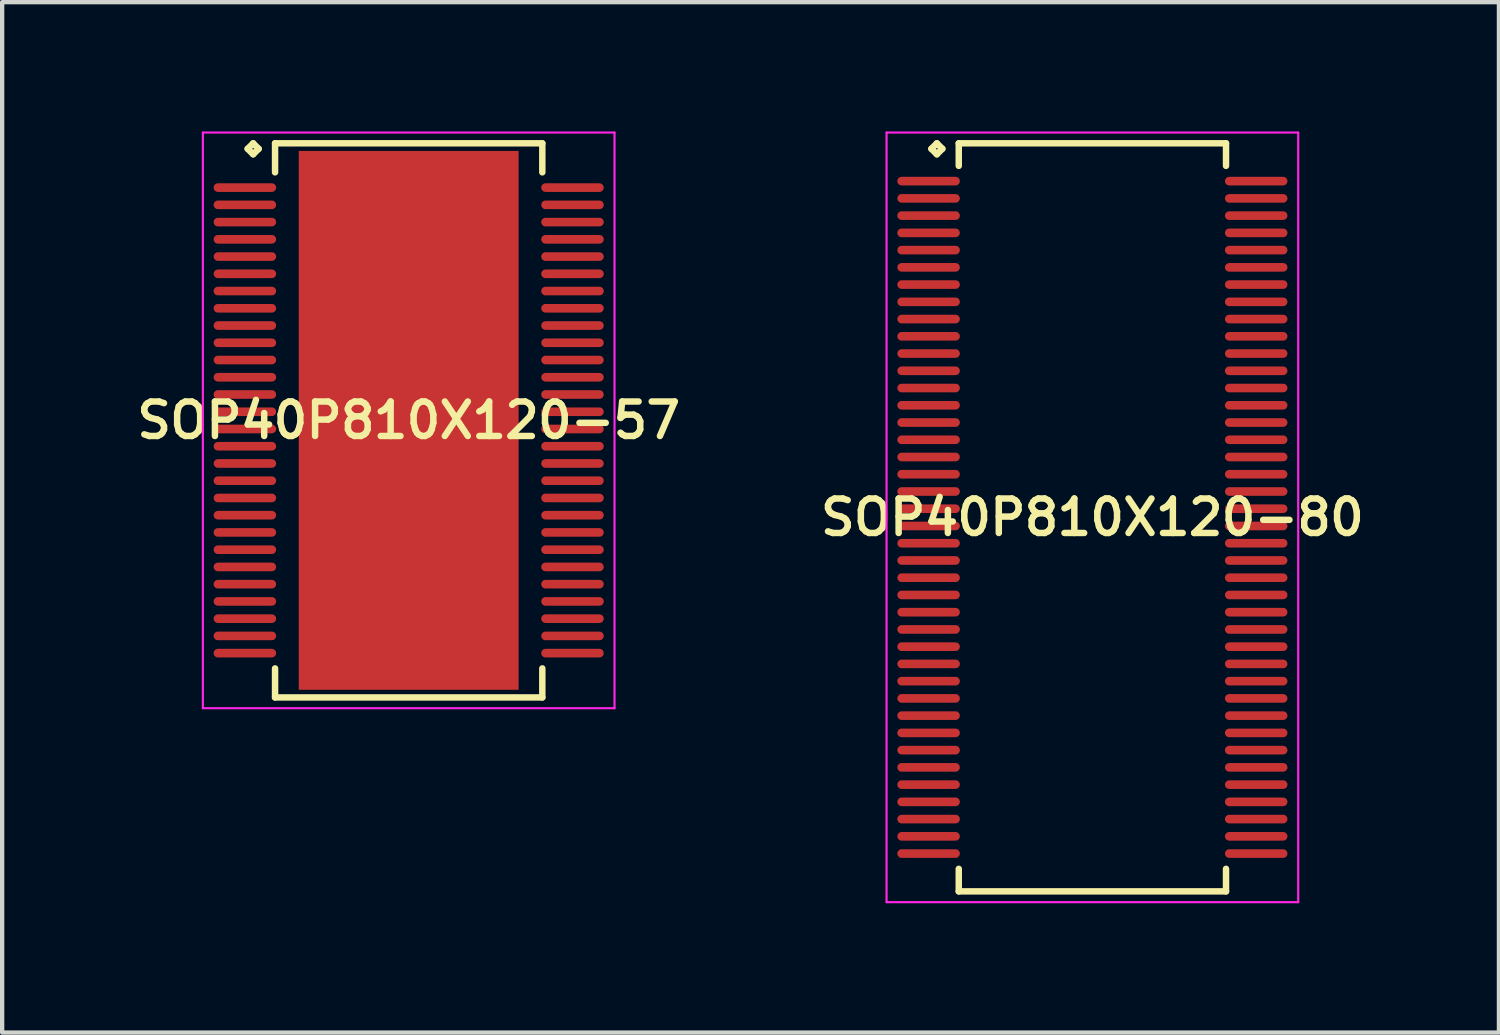
<source format=kicad_pcb>
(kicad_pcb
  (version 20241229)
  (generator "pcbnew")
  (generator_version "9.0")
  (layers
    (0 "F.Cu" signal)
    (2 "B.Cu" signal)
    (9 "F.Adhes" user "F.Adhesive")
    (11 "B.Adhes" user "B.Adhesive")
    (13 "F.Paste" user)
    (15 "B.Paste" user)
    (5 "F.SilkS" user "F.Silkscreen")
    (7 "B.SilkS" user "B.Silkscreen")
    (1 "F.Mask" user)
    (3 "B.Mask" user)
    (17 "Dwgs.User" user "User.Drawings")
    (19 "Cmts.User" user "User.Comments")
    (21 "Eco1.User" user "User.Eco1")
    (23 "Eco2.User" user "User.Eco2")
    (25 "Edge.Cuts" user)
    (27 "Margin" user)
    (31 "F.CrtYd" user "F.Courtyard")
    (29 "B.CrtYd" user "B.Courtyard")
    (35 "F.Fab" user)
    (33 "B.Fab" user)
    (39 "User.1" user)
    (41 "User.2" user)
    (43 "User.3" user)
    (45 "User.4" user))
  (footprint "SOP40P810X120-57"
    (layer "F.Cu")
    (at 6.431 6.702)
    (property "Reference" "SOP40P810X120-57" (at 0 0 0) (layer "F.SilkS") (effects (font (size 0.8 0.8) (thickness 0.15))))
    (attr smd)
    (fp_line (start -3.735 -6.3) (end -3.608 -6.427) (stroke (width 0.15) (type solid)) (layer "F.SilkS"))
    (fp_line (start -3.608 -6.427) (end -3.481 -6.3) (stroke (width 0.15) (type solid)) (layer "F.SilkS"))
    (fp_line (start -3.608 -6.173) (end -3.735 -6.3) (stroke (width 0.15) (type solid)) (layer "F.SilkS"))
    (fp_line (start -3.481 -6.3) (end -3.608 -6.173) (stroke (width 0.15) (type solid)) (layer "F.SilkS"))
    (fp_line (start -3.1 -6.427) (end 3.1 -6.427) (stroke (width 0.15) (type solid)) (layer "F.SilkS"))
    (fp_line (start -3.1 -5.754) (end -3.1 -6.427) (stroke (width 0.15) (type solid)) (layer "F.SilkS"))
    (fp_line (start -3.1 5.754) (end -3.1 6.427) (stroke (width 0.15) (type solid)) (layer "F.SilkS"))
    (fp_line (start -3.1 6.427) (end 3.1 6.427) (stroke (width 0.15) (type solid)) (layer "F.SilkS"))
    (fp_line (start 3.1 -6.427) (end 3.1 -5.754) (stroke (width 0.15) (type solid)) (layer "F.SilkS"))
    (fp_line (start 3.1 6.427) (end 3.1 5.754) (stroke (width 0.15) (type solid)) (layer "F.SilkS"))
    (fp_line (start -4.775 -6.677) (end 4.775 -6.677) (stroke (width 0.05) (type solid)) (layer "F.CrtYd"))
    (fp_line (start -4.775 6.677) (end -4.775 -6.677) (stroke (width 0.05) (type solid)) (layer "F.CrtYd"))
    (fp_line (start 4.775 -6.677) (end 4.775 6.677) (stroke (width 0.05) (type solid)) (layer "F.CrtYd"))
    (fp_line (start 4.775 6.677) (end -4.775 6.677) (stroke (width 0.05) (type solid)) (layer "F.CrtYd"))
    (pad "1" smd oval (at -3.8 -5.4) (size 1.45 0.2) (layers "F.Cu" "F.Mask" "F.Paste"))
    (pad "2" smd oval (at -3.8 -5) (size 1.45 0.2) (layers "F.Cu" "F.Mask" "F.Paste"))
    (pad "3" smd oval (at -3.8 -4.6) (size 1.45 0.2) (layers "F.Cu" "F.Mask" "F.Paste"))
    (pad "4" smd oval (at -3.8 -4.2) (size 1.45 0.2) (layers "F.Cu" "F.Mask" "F.Paste"))
    (pad "5" smd oval (at -3.8 -3.8) (size 1.45 0.2) (layers "F.Cu" "F.Mask" "F.Paste"))
    (pad "6" smd oval (at -3.8 -3.4) (size 1.45 0.2) (layers "F.Cu" "F.Mask" "F.Paste"))
    (pad "7" smd oval (at -3.8 -3) (size 1.45 0.2) (layers "F.Cu" "F.Mask" "F.Paste"))
    (pad "8" smd oval (at -3.8 -2.6) (size 1.45 0.2) (layers "F.Cu" "F.Mask" "F.Paste"))
    (pad "9" smd oval (at -3.8 -2.2) (size 1.45 0.2) (layers "F.Cu" "F.Mask" "F.Paste"))
    (pad "10" smd oval (at -3.8 -1.8) (size 1.45 0.2) (layers "F.Cu" "F.Mask" "F.Paste"))
    (pad "11" smd oval (at -3.8 -1.4) (size 1.45 0.2) (layers "F.Cu" "F.Mask" "F.Paste"))
    (pad "12" smd oval (at -3.8 -1) (size 1.45 0.2) (layers "F.Cu" "F.Mask" "F.Paste"))
    (pad "13" smd oval (at -3.8 -0.6) (size 1.45 0.2) (layers "F.Cu" "F.Mask" "F.Paste"))
    (pad "14" smd oval (at -3.8 -0.2) (size 1.45 0.2) (layers "F.Cu" "F.Mask" "F.Paste"))
    (pad "15" smd oval (at -3.8 0.2) (size 1.45 0.2) (layers "F.Cu" "F.Mask" "F.Paste"))
    (pad "16" smd oval (at -3.8 0.6) (size 1.45 0.2) (layers "F.Cu" "F.Mask" "F.Paste"))
    (pad "17" smd oval (at -3.8 1) (size 1.45 0.2) (layers "F.Cu" "F.Mask" "F.Paste"))
    (pad "18" smd oval (at -3.8 1.4) (size 1.45 0.2) (layers "F.Cu" "F.Mask" "F.Paste"))
    (pad "19" smd oval (at -3.8 1.8) (size 1.45 0.2) (layers "F.Cu" "F.Mask" "F.Paste"))
    (pad "20" smd oval (at -3.8 2.2) (size 1.45 0.2) (layers "F.Cu" "F.Mask" "F.Paste"))
    (pad "21" smd oval (at -3.8 2.6) (size 1.45 0.2) (layers "F.Cu" "F.Mask" "F.Paste"))
    (pad "22" smd oval (at -3.8 3) (size 1.45 0.2) (layers "F.Cu" "F.Mask" "F.Paste"))
    (pad "23" smd oval (at -3.8 3.4) (size 1.45 0.2) (layers "F.Cu" "F.Mask" "F.Paste"))
    (pad "24" smd oval (at -3.8 3.8) (size 1.45 0.2) (layers "F.Cu" "F.Mask" "F.Paste"))
    (pad "25" smd oval (at -3.8 4.2) (size 1.45 0.2) (layers "F.Cu" "F.Mask" "F.Paste"))
    (pad "26" smd oval (at -3.8 4.6) (size 1.45 0.2) (layers "F.Cu" "F.Mask" "F.Paste"))
    (pad "27" smd oval (at -3.8 5) (size 1.45 0.2) (layers "F.Cu" "F.Mask" "F.Paste"))
    (pad "28" smd oval (at -3.8 5.4) (size 1.45 0.2) (layers "F.Cu" "F.Mask" "F.Paste"))
    (pad "29" smd oval (at 3.8 5.4) (size 1.45 0.2) (layers "F.Cu" "F.Mask" "F.Paste"))
    (pad "30" smd oval (at 3.8 5) (size 1.45 0.2) (layers "F.Cu" "F.Mask" "F.Paste"))
    (pad "31" smd oval (at 3.8 4.6) (size 1.45 0.2) (layers "F.Cu" "F.Mask" "F.Paste"))
    (pad "32" smd oval (at 3.8 4.2) (size 1.45 0.2) (layers "F.Cu" "F.Mask" "F.Paste"))
    (pad "33" smd oval (at 3.8 3.8) (size 1.45 0.2) (layers "F.Cu" "F.Mask" "F.Paste"))
    (pad "34" smd oval (at 3.8 3.4) (size 1.45 0.2) (layers "F.Cu" "F.Mask" "F.Paste"))
    (pad "35" smd oval (at 3.8 3) (size 1.45 0.2) (layers "F.Cu" "F.Mask" "F.Paste"))
    (pad "36" smd oval (at 3.8 2.6) (size 1.45 0.2) (layers "F.Cu" "F.Mask" "F.Paste"))
    (pad "37" smd oval (at 3.8 2.2) (size 1.45 0.2) (layers "F.Cu" "F.Mask" "F.Paste"))
    (pad "38" smd oval (at 3.8 1.8) (size 1.45 0.2) (layers "F.Cu" "F.Mask" "F.Paste"))
    (pad "39" smd oval (at 3.8 1.4) (size 1.45 0.2) (layers "F.Cu" "F.Mask" "F.Paste"))
    (pad "40" smd oval (at 3.8 1) (size 1.45 0.2) (layers "F.Cu" "F.Mask" "F.Paste"))
    (pad "41" smd oval (at 3.8 0.6) (size 1.45 0.2) (layers "F.Cu" "F.Mask" "F.Paste"))
    (pad "42" smd oval (at 3.8 0.2) (size 1.45 0.2) (layers "F.Cu" "F.Mask" "F.Paste"))
    (pad "43" smd oval (at 3.8 -0.2) (size 1.45 0.2) (layers "F.Cu" "F.Mask" "F.Paste"))
    (pad "44" smd oval (at 3.8 -0.6) (size 1.45 0.2) (layers "F.Cu" "F.Mask" "F.Paste"))
    (pad "45" smd oval (at 3.8 -1) (size 1.45 0.2) (layers "F.Cu" "F.Mask" "F.Paste"))
    (pad "46" smd oval (at 3.8 -1.4) (size 1.45 0.2) (layers "F.Cu" "F.Mask" "F.Paste"))
    (pad "47" smd oval (at 3.8 -1.8) (size 1.45 0.2) (layers "F.Cu" "F.Mask" "F.Paste"))
    (pad "48" smd oval (at 3.8 -2.2) (size 1.45 0.2) (layers "F.Cu" "F.Mask" "F.Paste"))
    (pad "49" smd oval (at 3.8 -2.6) (size 1.45 0.2) (layers "F.Cu" "F.Mask" "F.Paste"))
    (pad "50" smd oval (at 3.8 -3) (size 1.45 0.2) (layers "F.Cu" "F.Mask" "F.Paste"))
    (pad "51" smd oval (at 3.8 -3.4) (size 1.45 0.2) (layers "F.Cu" "F.Mask" "F.Paste"))
    (pad "52" smd oval (at 3.8 -3.8) (size 1.45 0.2) (layers "F.Cu" "F.Mask" "F.Paste"))
    (pad "53" smd oval (at 3.8 -4.2) (size 1.45 0.2) (layers "F.Cu" "F.Mask" "F.Paste"))
    (pad "54" smd oval (at 3.8 -4.6) (size 1.45 0.2) (layers "F.Cu" "F.Mask" "F.Paste"))
    (pad "55" smd oval (at 3.8 -5) (size 1.45 0.2) (layers "F.Cu" "F.Mask" "F.Paste"))
    (pad "56" smd oval (at 3.8 -5.4) (size 1.45 0.2) (layers "F.Cu" "F.Mask" "F.Paste"))
    (pad "57" smd rect (at 0 0) (size 5.1 12.5) (layers "F.Cu" "F.Mask" "F.Paste")))
  (footprint "SOP40P810X120-80"
    (layer "F.Cu")
    (at 22.292 8.952)
    (property "Reference" "SOP40P810X120-80" (at 0 0 0) (layer "F.SilkS") (effects (font (size 0.8 0.8) (thickness 0.15))))
    (attr smd)
    (fp_line (start -3.735 -8.55) (end -3.608 -8.677) (stroke (width 0.15) (type solid)) (layer "F.SilkS"))
    (fp_line (start -3.608 -8.677) (end -3.481 -8.55) (stroke (width 0.15) (type solid)) (layer "F.SilkS"))
    (fp_line (start -3.608 -8.423) (end -3.735 -8.55) (stroke (width 0.15) (type solid)) (layer "F.SilkS"))
    (fp_line (start -3.481 -8.55) (end -3.608 -8.423) (stroke (width 0.15) (type solid)) (layer "F.SilkS"))
    (fp_line (start -3.1 -8.677) (end 3.1 -8.677) (stroke (width 0.15) (type solid)) (layer "F.SilkS"))
    (fp_line (start -3.1 -8.154) (end -3.1 -8.677) (stroke (width 0.15) (type solid)) (layer "F.SilkS"))
    (fp_line (start -3.1 8.154) (end -3.1 8.677) (stroke (width 0.15) (type solid)) (layer "F.SilkS"))
    (fp_line (start -3.1 8.677) (end 3.1 8.677) (stroke (width 0.15) (type solid)) (layer "F.SilkS"))
    (fp_line (start 3.1 -8.677) (end 3.1 -8.154) (stroke (width 0.15) (type solid)) (layer "F.SilkS"))
    (fp_line (start 3.1 8.677) (end 3.1 8.154) (stroke (width 0.15) (type solid)) (layer "F.SilkS"))
    (fp_line (start -4.775 -8.927) (end 4.775 -8.927) (stroke (width 0.05) (type solid)) (layer "F.CrtYd"))
    (fp_line (start -4.775 8.927) (end -4.775 -8.927) (stroke (width 0.05) (type solid)) (layer "F.CrtYd"))
    (fp_line (start 4.775 -8.927) (end 4.775 8.927) (stroke (width 0.05) (type solid)) (layer "F.CrtYd"))
    (fp_line (start 4.775 8.927) (end -4.775 8.927) (stroke (width 0.05) (type solid)) (layer "F.CrtYd"))
    (pad "1" smd oval (at -3.8 -7.8) (size 1.45 0.2) (layers "F.Cu" "F.Mask" "F.Paste"))
    (pad "2" smd oval (at -3.8 -7.4) (size 1.45 0.2) (layers "F.Cu" "F.Mask" "F.Paste"))
    (pad "3" smd oval (at -3.8 -7) (size 1.45 0.2) (layers "F.Cu" "F.Mask" "F.Paste"))
    (pad "4" smd oval (at -3.8 -6.6) (size 1.45 0.2) (layers "F.Cu" "F.Mask" "F.Paste"))
    (pad "5" smd oval (at -3.8 -6.2) (size 1.45 0.2) (layers "F.Cu" "F.Mask" "F.Paste"))
    (pad "6" smd oval (at -3.8 -5.8) (size 1.45 0.2) (layers "F.Cu" "F.Mask" "F.Paste"))
    (pad "7" smd oval (at -3.8 -5.4) (size 1.45 0.2) (layers "F.Cu" "F.Mask" "F.Paste"))
    (pad "8" smd oval (at -3.8 -5) (size 1.45 0.2) (layers "F.Cu" "F.Mask" "F.Paste"))
    (pad "9" smd oval (at -3.8 -4.6) (size 1.45 0.2) (layers "F.Cu" "F.Mask" "F.Paste"))
    (pad "10" smd oval (at -3.8 -4.2) (size 1.45 0.2) (layers "F.Cu" "F.Mask" "F.Paste"))
    (pad "11" smd oval (at -3.8 -3.8) (size 1.45 0.2) (layers "F.Cu" "F.Mask" "F.Paste"))
    (pad "12" smd oval (at -3.8 -3.4) (size 1.45 0.2) (layers "F.Cu" "F.Mask" "F.Paste"))
    (pad "13" smd oval (at -3.8 -3) (size 1.45 0.2) (layers "F.Cu" "F.Mask" "F.Paste"))
    (pad "14" smd oval (at -3.8 -2.6) (size 1.45 0.2) (layers "F.Cu" "F.Mask" "F.Paste"))
    (pad "15" smd oval (at -3.8 -2.2) (size 1.45 0.2) (layers "F.Cu" "F.Mask" "F.Paste"))
    (pad "16" smd oval (at -3.8 -1.8) (size 1.45 0.2) (layers "F.Cu" "F.Mask" "F.Paste"))
    (pad "17" smd oval (at -3.8 -1.4) (size 1.45 0.2) (layers "F.Cu" "F.Mask" "F.Paste"))
    (pad "18" smd oval (at -3.8 -1) (size 1.45 0.2) (layers "F.Cu" "F.Mask" "F.Paste"))
    (pad "19" smd oval (at -3.8 -0.6) (size 1.45 0.2) (layers "F.Cu" "F.Mask" "F.Paste"))
    (pad "20" smd oval (at -3.8 -0.2) (size 1.45 0.2) (layers "F.Cu" "F.Mask" "F.Paste"))
    (pad "21" smd oval (at -3.8 0.2) (size 1.45 0.2) (layers "F.Cu" "F.Mask" "F.Paste"))
    (pad "22" smd oval (at -3.8 0.6) (size 1.45 0.2) (layers "F.Cu" "F.Mask" "F.Paste"))
    (pad "23" smd oval (at -3.8 1) (size 1.45 0.2) (layers "F.Cu" "F.Mask" "F.Paste"))
    (pad "24" smd oval (at -3.8 1.4) (size 1.45 0.2) (layers "F.Cu" "F.Mask" "F.Paste"))
    (pad "25" smd oval (at -3.8 1.8) (size 1.45 0.2) (layers "F.Cu" "F.Mask" "F.Paste"))
    (pad "26" smd oval (at -3.8 2.2) (size 1.45 0.2) (layers "F.Cu" "F.Mask" "F.Paste"))
    (pad "27" smd oval (at -3.8 2.6) (size 1.45 0.2) (layers "F.Cu" "F.Mask" "F.Paste"))
    (pad "28" smd oval (at -3.8 3) (size 1.45 0.2) (layers "F.Cu" "F.Mask" "F.Paste"))
    (pad "29" smd oval (at -3.8 3.4) (size 1.45 0.2) (layers "F.Cu" "F.Mask" "F.Paste"))
    (pad "30" smd oval (at -3.8 3.8) (size 1.45 0.2) (layers "F.Cu" "F.Mask" "F.Paste"))
    (pad "31" smd oval (at -3.8 4.2) (size 1.45 0.2) (layers "F.Cu" "F.Mask" "F.Paste"))
    (pad "32" smd oval (at -3.8 4.6) (size 1.45 0.2) (layers "F.Cu" "F.Mask" "F.Paste"))
    (pad "33" smd oval (at -3.8 5) (size 1.45 0.2) (layers "F.Cu" "F.Mask" "F.Paste"))
    (pad "34" smd oval (at -3.8 5.4) (size 1.45 0.2) (layers "F.Cu" "F.Mask" "F.Paste"))
    (pad "35" smd oval (at -3.8 5.8) (size 1.45 0.2) (layers "F.Cu" "F.Mask" "F.Paste"))
    (pad "36" smd oval (at -3.8 6.2) (size 1.45 0.2) (layers "F.Cu" "F.Mask" "F.Paste"))
    (pad "37" smd oval (at -3.8 6.6) (size 1.45 0.2) (layers "F.Cu" "F.Mask" "F.Paste"))
    (pad "38" smd oval (at -3.8 7) (size 1.45 0.2) (layers "F.Cu" "F.Mask" "F.Paste"))
    (pad "39" smd oval (at -3.8 7.4) (size 1.45 0.2) (layers "F.Cu" "F.Mask" "F.Paste"))
    (pad "40" smd oval (at -3.8 7.8) (size 1.45 0.2) (layers "F.Cu" "F.Mask" "F.Paste"))
    (pad "41" smd oval (at 3.8 7.8) (size 1.45 0.2) (layers "F.Cu" "F.Mask" "F.Paste"))
    (pad "42" smd oval (at 3.8 7.4) (size 1.45 0.2) (layers "F.Cu" "F.Mask" "F.Paste"))
    (pad "43" smd oval (at 3.8 7) (size 1.45 0.2) (layers "F.Cu" "F.Mask" "F.Paste"))
    (pad "44" smd oval (at 3.8 6.6) (size 1.45 0.2) (layers "F.Cu" "F.Mask" "F.Paste"))
    (pad "45" smd oval (at 3.8 6.2) (size 1.45 0.2) (layers "F.Cu" "F.Mask" "F.Paste"))
    (pad "46" smd oval (at 3.8 5.8) (size 1.45 0.2) (layers "F.Cu" "F.Mask" "F.Paste"))
    (pad "47" smd oval (at 3.8 5.4) (size 1.45 0.2) (layers "F.Cu" "F.Mask" "F.Paste"))
    (pad "48" smd oval (at 3.8 5) (size 1.45 0.2) (layers "F.Cu" "F.Mask" "F.Paste"))
    (pad "49" smd oval (at 3.8 4.6) (size 1.45 0.2) (layers "F.Cu" "F.Mask" "F.Paste"))
    (pad "50" smd oval (at 3.8 4.2) (size 1.45 0.2) (layers "F.Cu" "F.Mask" "F.Paste"))
    (pad "51" smd oval (at 3.8 3.8) (size 1.45 0.2) (layers "F.Cu" "F.Mask" "F.Paste"))
    (pad "52" smd oval (at 3.8 3.4) (size 1.45 0.2) (layers "F.Cu" "F.Mask" "F.Paste"))
    (pad "53" smd oval (at 3.8 3) (size 1.45 0.2) (layers "F.Cu" "F.Mask" "F.Paste"))
    (pad "54" smd oval (at 3.8 2.6) (size 1.45 0.2) (layers "F.Cu" "F.Mask" "F.Paste"))
    (pad "55" smd oval (at 3.8 2.2) (size 1.45 0.2) (layers "F.Cu" "F.Mask" "F.Paste"))
    (pad "56" smd oval (at 3.8 1.8) (size 1.45 0.2) (layers "F.Cu" "F.Mask" "F.Paste"))
    (pad "57" smd oval (at 3.8 1.4) (size 1.45 0.2) (layers "F.Cu" "F.Mask" "F.Paste"))
    (pad "58" smd oval (at 3.8 1) (size 1.45 0.2) (layers "F.Cu" "F.Mask" "F.Paste"))
    (pad "59" smd oval (at 3.8 0.6) (size 1.45 0.2) (layers "F.Cu" "F.Mask" "F.Paste"))
    (pad "60" smd oval (at 3.8 0.2) (size 1.45 0.2) (layers "F.Cu" "F.Mask" "F.Paste"))
    (pad "61" smd oval (at 3.8 -0.2) (size 1.45 0.2) (layers "F.Cu" "F.Mask" "F.Paste"))
    (pad "62" smd oval (at 3.8 -0.6) (size 1.45 0.2) (layers "F.Cu" "F.Mask" "F.Paste"))
    (pad "63" smd oval (at 3.8 -1) (size 1.45 0.2) (layers "F.Cu" "F.Mask" "F.Paste"))
    (pad "64" smd oval (at 3.8 -1.4) (size 1.45 0.2) (layers "F.Cu" "F.Mask" "F.Paste"))
    (pad "65" smd oval (at 3.8 -1.8) (size 1.45 0.2) (layers "F.Cu" "F.Mask" "F.Paste"))
    (pad "66" smd oval (at 3.8 -2.2) (size 1.45 0.2) (layers "F.Cu" "F.Mask" "F.Paste"))
    (pad "67" smd oval (at 3.8 -2.6) (size 1.45 0.2) (layers "F.Cu" "F.Mask" "F.Paste"))
    (pad "68" smd oval (at 3.8 -3) (size 1.45 0.2) (layers "F.Cu" "F.Mask" "F.Paste"))
    (pad "69" smd oval (at 3.8 -3.4) (size 1.45 0.2) (layers "F.Cu" "F.Mask" "F.Paste"))
    (pad "70" smd oval (at 3.8 -3.8) (size 1.45 0.2) (layers "F.Cu" "F.Mask" "F.Paste"))
    (pad "71" smd oval (at 3.8 -4.2) (size 1.45 0.2) (layers "F.Cu" "F.Mask" "F.Paste"))
    (pad "72" smd oval (at 3.8 -4.6) (size 1.45 0.2) (layers "F.Cu" "F.Mask" "F.Paste"))
    (pad "73" smd oval (at 3.8 -5) (size 1.45 0.2) (layers "F.Cu" "F.Mask" "F.Paste"))
    (pad "74" smd oval (at 3.8 -5.4) (size 1.45 0.2) (layers "F.Cu" "F.Mask" "F.Paste"))
    (pad "75" smd oval (at 3.8 -5.8) (size 1.45 0.2) (layers "F.Cu" "F.Mask" "F.Paste"))
    (pad "76" smd oval (at 3.8 -6.2) (size 1.45 0.2) (layers "F.Cu" "F.Mask" "F.Paste"))
    (pad "77" smd oval (at 3.8 -6.6) (size 1.45 0.2) (layers "F.Cu" "F.Mask" "F.Paste"))
    (pad "78" smd oval (at 3.8 -7) (size 1.45 0.2) (layers "F.Cu" "F.Mask" "F.Paste"))
    (pad "79" smd oval (at 3.8 -7.4) (size 1.45 0.2) (layers "F.Cu" "F.Mask" "F.Paste"))
    (pad "80" smd oval (at 3.8 -7.8) (size 1.45 0.2) (layers "F.Cu" "F.Mask" "F.Paste")))
  (gr_rect
    (start -3 -3)
    (end 31.723 20.904)
    (stroke (width 0.1) (type default))
    (fill no)
    (layer "Edge.Cuts")))
</source>
